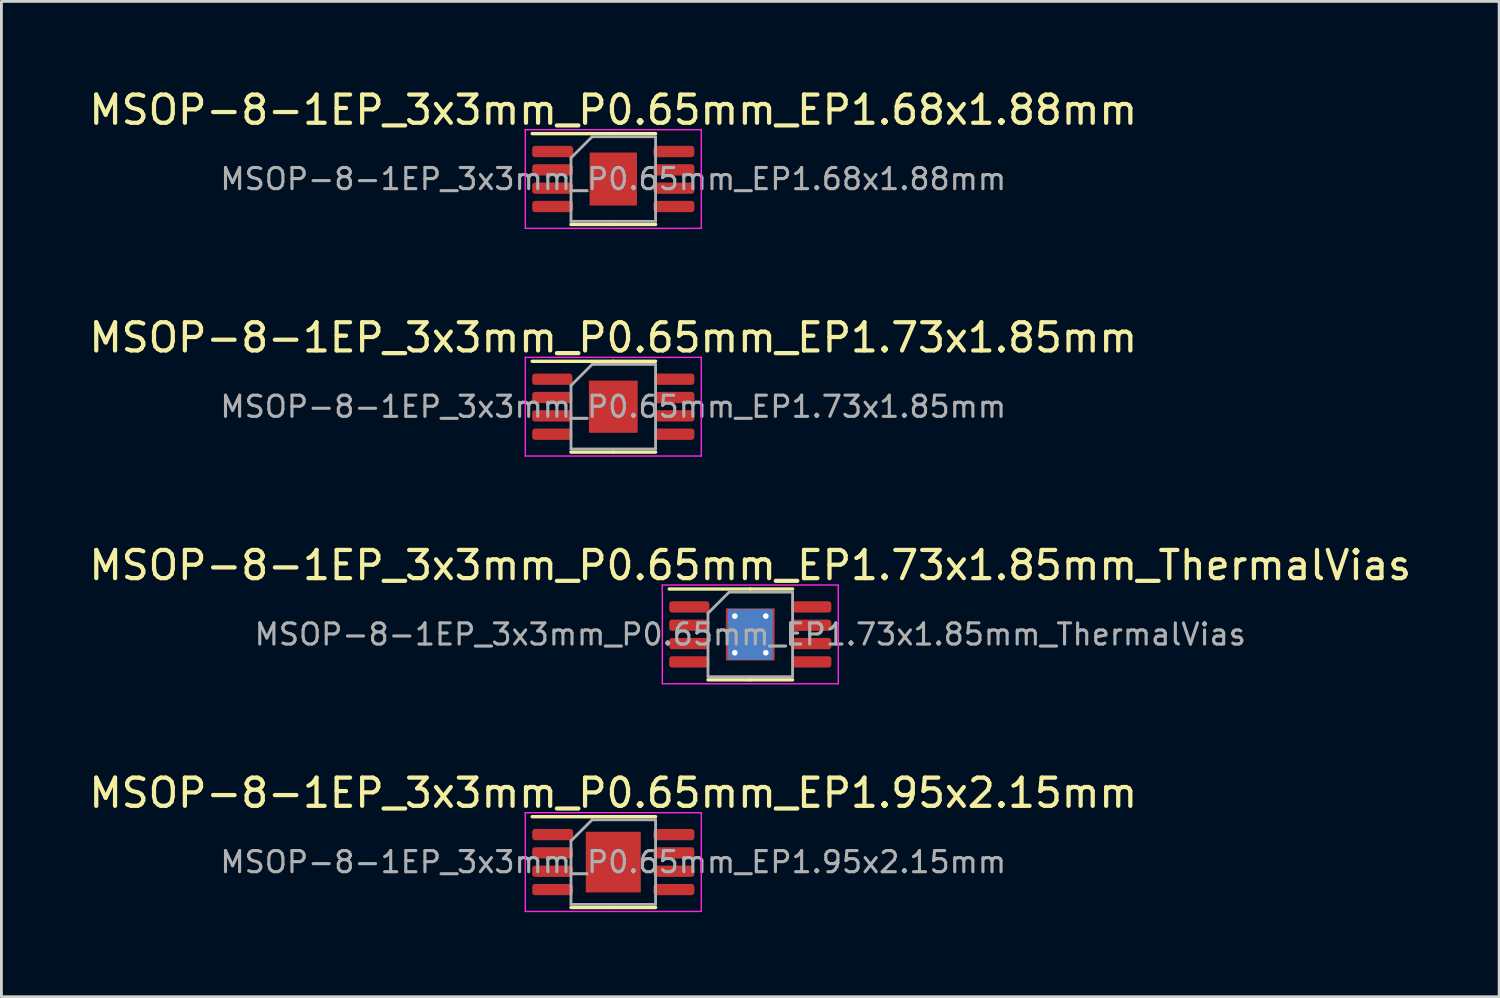
<source format=kicad_pcb>
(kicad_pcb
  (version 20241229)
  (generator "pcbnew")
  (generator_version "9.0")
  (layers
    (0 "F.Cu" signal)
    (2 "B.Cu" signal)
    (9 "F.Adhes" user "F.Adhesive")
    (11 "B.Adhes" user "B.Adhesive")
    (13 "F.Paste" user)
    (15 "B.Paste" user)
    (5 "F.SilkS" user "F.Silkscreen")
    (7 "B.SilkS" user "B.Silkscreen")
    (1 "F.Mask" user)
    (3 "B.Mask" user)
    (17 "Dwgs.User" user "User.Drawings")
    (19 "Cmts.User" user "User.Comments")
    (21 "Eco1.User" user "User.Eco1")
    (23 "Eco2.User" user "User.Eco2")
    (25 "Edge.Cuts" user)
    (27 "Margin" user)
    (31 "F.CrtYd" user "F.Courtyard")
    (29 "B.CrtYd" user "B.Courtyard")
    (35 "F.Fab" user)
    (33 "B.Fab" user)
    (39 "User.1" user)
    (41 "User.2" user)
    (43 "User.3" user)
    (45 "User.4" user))
  (footprint "MSOP-8-1EP_3x3mm_P0.65mm_EP1.73x1.85mm_ThermalVias"
    (layer "F.Cu")
    (at 23.554 19.445)
    (property "Reference" "MSOP-8-1EP_3x3mm_P0.65mm_EP1.73x1.85mm_ThermalVias" (at 0 -2.45 0) (layer "F.SilkS") (effects (font (size 1 1) (thickness 0.15))))
    (attr smd)
    (fp_line (start 0 -1.61) (end -2.875 -1.61) (stroke (width 0.12) (type solid)) (layer "F.SilkS"))
    (fp_line (start 0 -1.61) (end 1.5 -1.61) (stroke (width 0.12) (type solid)) (layer "F.SilkS"))
    (fp_line (start 0 1.61) (end -1.5 1.61) (stroke (width 0.12) (type solid)) (layer "F.SilkS"))
    (fp_line (start 0 1.61) (end 1.5 1.61) (stroke (width 0.12) (type solid)) (layer "F.SilkS"))
    (fp_line (start -3.12 -1.75) (end -3.12 1.75) (stroke (width 0.05) (type solid)) (layer "F.CrtYd"))
    (fp_line (start -3.12 1.75) (end 3.12 1.75) (stroke (width 0.05) (type solid)) (layer "F.CrtYd"))
    (fp_line (start 3.12 -1.75) (end -3.12 -1.75) (stroke (width 0.05) (type solid)) (layer "F.CrtYd"))
    (fp_line (start 3.12 1.75) (end 3.12 -1.75) (stroke (width 0.05) (type solid)) (layer "F.CrtYd"))
    (fp_line (start -1.5 -0.75) (end -0.75 -1.5) (stroke (width 0.1) (type solid)) (layer "F.Fab"))
    (fp_line (start -1.5 1.5) (end -1.5 -0.75) (stroke (width 0.1) (type solid)) (layer "F.Fab"))
    (fp_line (start -0.75 -1.5) (end 1.5 -1.5) (stroke (width 0.1) (type solid)) (layer "F.Fab"))
    (fp_line (start 1.5 -1.5) (end 1.5 1.5) (stroke (width 0.1) (type solid)) (layer "F.Fab"))
    (fp_line (start 1.5 1.5) (end -1.5 1.5) (stroke (width 0.1) (type solid)) (layer "F.Fab"))
    (fp_text user "${REFERENCE}" (at 0 0 0) (layer "F.Fab") (effects (font (size 0.75 0.75) (thickness 0.11))))
    (pad "" smd roundrect (at -0.43 -0.46) (size 0.72 0.77) (layers "F.Paste") (roundrect_rratio 0.25))
    (pad "" smd roundrect (at -0.43 0.46) (size 0.72 0.77) (layers "F.Paste") (roundrect_rratio 0.25))
    (pad "" smd roundrect (at 0.43 -0.46) (size 0.72 0.77) (layers "F.Paste") (roundrect_rratio 0.25))
    (pad "" smd roundrect (at 0.43 0.46) (size 0.72 0.77) (layers "F.Paste") (roundrect_rratio 0.25))
    (pad "1" smd roundrect (at -2.163 -0.975) (size 1.425 0.4) (layers "F.Cu" "F.Mask" "F.Paste") (roundrect_rratio 0.25))
    (pad "2" smd roundrect (at -2.163 -0.325) (size 1.425 0.4) (layers "F.Cu" "F.Mask" "F.Paste") (roundrect_rratio 0.25))
    (pad "3" smd roundrect (at -2.163 0.325) (size 1.425 0.4) (layers "F.Cu" "F.Mask" "F.Paste") (roundrect_rratio 0.25))
    (pad "4" smd roundrect (at -2.163 0.975) (size 1.425 0.4) (layers "F.Cu" "F.Mask" "F.Paste") (roundrect_rratio 0.25))
    (pad "5" smd roundrect (at 2.163 0.975) (size 1.425 0.4) (layers "F.Cu" "F.Mask" "F.Paste") (roundrect_rratio 0.25))
    (pad "6" smd roundrect (at 2.163 0.325) (size 1.425 0.4) (layers "F.Cu" "F.Mask" "F.Paste") (roundrect_rratio 0.25))
    (pad "7" smd roundrect (at 2.163 -0.325) (size 1.425 0.4) (layers "F.Cu" "F.Mask" "F.Paste") (roundrect_rratio 0.25))
    (pad "8" smd roundrect (at 2.163 -0.975) (size 1.425 0.4) (layers "F.Cu" "F.Mask" "F.Paste") (roundrect_rratio 0.25))
    (pad "9" thru_hole circle (at -0.55 -0.65) (size 0.5 0.5) (drill 0.2) (layers "*.Cu"))
    (pad "9" thru_hole circle (at -0.55 0.65) (size 0.5 0.5) (drill 0.2) (layers "*.Cu"))
    (pad "9" smd rect (at 0 0) (size 1.6 1.8) (layers "B.Cu"))
    (pad "9" smd rect (at 0 0) (size 1.73 1.85) (layers "F.Cu" "F.Mask"))
    (pad "9" thru_hole circle (at 0.55 -0.65) (size 0.5 0.5) (drill 0.2) (layers "*.Cu"))
    (pad "9" thru_hole circle (at 0.55 0.65) (size 0.5 0.5) (drill 0.2) (layers "*.Cu")))
  (footprint "MSOP-8-1EP_3x3mm_P0.65mm_EP1.73x1.85mm"
    (layer "F.Cu")
    (at 18.696 11.371)
    (property "Reference" "MSOP-8-1EP_3x3mm_P0.65mm_EP1.73x1.85mm" (at 0 -2.45 0) (layer "F.SilkS") (effects (font (size 1 1) (thickness 0.15))))
    (attr smd)
    (fp_line (start 0 -1.61) (end -2.875 -1.61) (stroke (width 0.12) (type solid)) (layer "F.SilkS"))
    (fp_line (start 0 -1.61) (end 1.5 -1.61) (stroke (width 0.12) (type solid)) (layer "F.SilkS"))
    (fp_line (start 0 1.61) (end -1.5 1.61) (stroke (width 0.12) (type solid)) (layer "F.SilkS"))
    (fp_line (start 0 1.61) (end 1.5 1.61) (stroke (width 0.12) (type solid)) (layer "F.SilkS"))
    (fp_line (start -3.12 -1.75) (end -3.12 1.75) (stroke (width 0.05) (type solid)) (layer "F.CrtYd"))
    (fp_line (start -3.12 1.75) (end 3.12 1.75) (stroke (width 0.05) (type solid)) (layer "F.CrtYd"))
    (fp_line (start 3.12 -1.75) (end -3.12 -1.75) (stroke (width 0.05) (type solid)) (layer "F.CrtYd"))
    (fp_line (start 3.12 1.75) (end 3.12 -1.75) (stroke (width 0.05) (type solid)) (layer "F.CrtYd"))
    (fp_line (start -1.5 -0.75) (end -0.75 -1.5) (stroke (width 0.1) (type solid)) (layer "F.Fab"))
    (fp_line (start -1.5 1.5) (end -1.5 -0.75) (stroke (width 0.1) (type solid)) (layer "F.Fab"))
    (fp_line (start -0.75 -1.5) (end 1.5 -1.5) (stroke (width 0.1) (type solid)) (layer "F.Fab"))
    (fp_line (start 1.5 -1.5) (end 1.5 1.5) (stroke (width 0.1) (type solid)) (layer "F.Fab"))
    (fp_line (start 1.5 1.5) (end -1.5 1.5) (stroke (width 0.1) (type solid)) (layer "F.Fab"))
    (fp_text user "${REFERENCE}" (at 0 0 0) (layer "F.Fab") (effects (font (size 0.75 0.75) (thickness 0.11))))
    (pad "" smd roundrect (at -0.43 -0.46) (size 0.7 0.75) (layers "F.Paste") (roundrect_rratio 0.25))
    (pad "" smd roundrect (at -0.43 0.46) (size 0.7 0.75) (layers "F.Paste") (roundrect_rratio 0.25))
    (pad "" smd roundrect (at 0.43 -0.46) (size 0.7 0.75) (layers "F.Paste") (roundrect_rratio 0.25))
    (pad "" smd roundrect (at 0.43 0.46) (size 0.7 0.75) (layers "F.Paste") (roundrect_rratio 0.25))
    (pad "1" smd roundrect (at -2.163 -0.975) (size 1.425 0.4) (layers "F.Cu" "F.Mask" "F.Paste") (roundrect_rratio 0.25))
    (pad "2" smd roundrect (at -2.163 -0.325) (size 1.425 0.4) (layers "F.Cu" "F.Mask" "F.Paste") (roundrect_rratio 0.25))
    (pad "3" smd roundrect (at -2.163 0.325) (size 1.425 0.4) (layers "F.Cu" "F.Mask" "F.Paste") (roundrect_rratio 0.25))
    (pad "4" smd roundrect (at -2.163 0.975) (size 1.425 0.4) (layers "F.Cu" "F.Mask" "F.Paste") (roundrect_rratio 0.25))
    (pad "5" smd roundrect (at 2.163 0.975) (size 1.425 0.4) (layers "F.Cu" "F.Mask" "F.Paste") (roundrect_rratio 0.25))
    (pad "6" smd roundrect (at 2.163 0.325) (size 1.425 0.4) (layers "F.Cu" "F.Mask" "F.Paste") (roundrect_rratio 0.25))
    (pad "7" smd roundrect (at 2.163 -0.325) (size 1.425 0.4) (layers "F.Cu" "F.Mask" "F.Paste") (roundrect_rratio 0.25))
    (pad "8" smd roundrect (at 2.163 -0.975) (size 1.425 0.4) (layers "F.Cu" "F.Mask" "F.Paste") (roundrect_rratio 0.25))
    (pad "9" smd rect (at 0 0) (size 1.73 1.85) (layers "F.Cu" "F.Mask")))
  (footprint "MSOP-8-1EP_3x3mm_P0.65mm_EP1.68x1.88mm"
    (layer "F.Cu")
    (at 18.696 3.298)
    (property "Reference" "MSOP-8-1EP_3x3mm_P0.65mm_EP1.68x1.88mm" (at 0 -2.45 0) (layer "F.SilkS") (effects (font (size 1 1) (thickness 0.15))))
    (attr smd)
    (fp_line (start 0 -1.61) (end -2.875 -1.61) (stroke (width 0.12) (type solid)) (layer "F.SilkS"))
    (fp_line (start 0 -1.61) (end 1.5 -1.61) (stroke (width 0.12) (type solid)) (layer "F.SilkS"))
    (fp_line (start 0 1.61) (end -1.5 1.61) (stroke (width 0.12) (type solid)) (layer "F.SilkS"))
    (fp_line (start 0 1.61) (end 1.5 1.61) (stroke (width 0.12) (type solid)) (layer "F.SilkS"))
    (fp_line (start -3.12 -1.75) (end -3.12 1.75) (stroke (width 0.05) (type solid)) (layer "F.CrtYd"))
    (fp_line (start -3.12 1.75) (end 3.12 1.75) (stroke (width 0.05) (type solid)) (layer "F.CrtYd"))
    (fp_line (start 3.12 -1.75) (end -3.12 -1.75) (stroke (width 0.05) (type solid)) (layer "F.CrtYd"))
    (fp_line (start 3.12 1.75) (end 3.12 -1.75) (stroke (width 0.05) (type solid)) (layer "F.CrtYd"))
    (fp_line (start -1.5 -0.75) (end -0.75 -1.5) (stroke (width 0.1) (type solid)) (layer "F.Fab"))
    (fp_line (start -1.5 1.5) (end -1.5 -0.75) (stroke (width 0.1) (type solid)) (layer "F.Fab"))
    (fp_line (start -0.75 -1.5) (end 1.5 -1.5) (stroke (width 0.1) (type solid)) (layer "F.Fab"))
    (fp_line (start 1.5 -1.5) (end 1.5 1.5) (stroke (width 0.1) (type solid)) (layer "F.Fab"))
    (fp_line (start 1.5 1.5) (end -1.5 1.5) (stroke (width 0.1) (type solid)) (layer "F.Fab"))
    (fp_text user "${REFERENCE}" (at 0 0 0) (layer "F.Fab") (effects (font (size 0.75 0.75) (thickness 0.11))))
    (pad "" smd roundrect (at -0.42 -0.47) (size 0.68 0.76) (layers "F.Paste") (roundrect_rratio 0.25))
    (pad "" smd roundrect (at -0.42 0.47) (size 0.68 0.76) (layers "F.Paste") (roundrect_rratio 0.25))
    (pad "" smd roundrect (at 0.42 -0.47) (size 0.68 0.76) (layers "F.Paste") (roundrect_rratio 0.25))
    (pad "" smd roundrect (at 0.42 0.47) (size 0.68 0.76) (layers "F.Paste") (roundrect_rratio 0.25))
    (pad "1" smd roundrect (at -2.15 -0.975) (size 1.45 0.4) (layers "F.Cu" "F.Mask" "F.Paste") (roundrect_rratio 0.25))
    (pad "2" smd roundrect (at -2.15 -0.325) (size 1.45 0.4) (layers "F.Cu" "F.Mask" "F.Paste") (roundrect_rratio 0.25))
    (pad "3" smd roundrect (at -2.15 0.325) (size 1.45 0.4) (layers "F.Cu" "F.Mask" "F.Paste") (roundrect_rratio 0.25))
    (pad "4" smd roundrect (at -2.15 0.975) (size 1.45 0.4) (layers "F.Cu" "F.Mask" "F.Paste") (roundrect_rratio 0.25))
    (pad "5" smd roundrect (at 2.15 0.975) (size 1.45 0.4) (layers "F.Cu" "F.Mask" "F.Paste") (roundrect_rratio 0.25))
    (pad "6" smd roundrect (at 2.15 0.325) (size 1.45 0.4) (layers "F.Cu" "F.Mask" "F.Paste") (roundrect_rratio 0.25))
    (pad "7" smd roundrect (at 2.15 -0.325) (size 1.45 0.4) (layers "F.Cu" "F.Mask" "F.Paste") (roundrect_rratio 0.25))
    (pad "8" smd roundrect (at 2.15 -0.975) (size 1.45 0.4) (layers "F.Cu" "F.Mask" "F.Paste") (roundrect_rratio 0.25))
    (pad "9" smd rect (at 0 0) (size 1.68 1.88) (layers "F.Cu" "F.Mask")))
  (footprint "MSOP-8-1EP_3x3mm_P0.65mm_EP1.95x2.15mm"
    (layer "F.Cu")
    (at 18.696 27.518)
    (property "Reference" "MSOP-8-1EP_3x3mm_P0.65mm_EP1.95x2.15mm" (at 0 -2.45 0) (layer "F.SilkS") (effects (font (size 1 1) (thickness 0.15))))
    (attr smd)
    (fp_line (start 0 -1.61) (end -2.875 -1.61) (stroke (width 0.12) (type solid)) (layer "F.SilkS"))
    (fp_line (start 0 -1.61) (end 1.5 -1.61) (stroke (width 0.12) (type solid)) (layer "F.SilkS"))
    (fp_line (start 0 1.61) (end -1.5 1.61) (stroke (width 0.12) (type solid)) (layer "F.SilkS"))
    (fp_line (start 0 1.61) (end 1.5 1.61) (stroke (width 0.12) (type solid)) (layer "F.SilkS"))
    (fp_line (start -3.12 -1.75) (end -3.12 1.75) (stroke (width 0.05) (type solid)) (layer "F.CrtYd"))
    (fp_line (start -3.12 1.75) (end 3.12 1.75) (stroke (width 0.05) (type solid)) (layer "F.CrtYd"))
    (fp_line (start 3.12 -1.75) (end -3.12 -1.75) (stroke (width 0.05) (type solid)) (layer "F.CrtYd"))
    (fp_line (start 3.12 1.75) (end 3.12 -1.75) (stroke (width 0.05) (type solid)) (layer "F.CrtYd"))
    (fp_line (start -1.5 -0.75) (end -0.75 -1.5) (stroke (width 0.1) (type solid)) (layer "F.Fab"))
    (fp_line (start -1.5 1.5) (end -1.5 -0.75) (stroke (width 0.1) (type solid)) (layer "F.Fab"))
    (fp_line (start -0.75 -1.5) (end 1.5 -1.5) (stroke (width 0.1) (type solid)) (layer "F.Fab"))
    (fp_line (start 1.5 -1.5) (end 1.5 1.5) (stroke (width 0.1) (type solid)) (layer "F.Fab"))
    (fp_line (start 1.5 1.5) (end -1.5 1.5) (stroke (width 0.1) (type solid)) (layer "F.Fab"))
    (fp_text user "${REFERENCE}" (at 0 0 0) (layer "F.Fab") (effects (font (size 0.75 0.75) (thickness 0.11))))
    (pad "" smd roundrect (at -0.49 -0.54) (size 0.79 0.87) (layers "F.Paste") (roundrect_rratio 0.25))
    (pad "" smd roundrect (at -0.49 0.54) (size 0.79 0.87) (layers "F.Paste") (roundrect_rratio 0.25))
    (pad "" smd roundrect (at 0.49 -0.54) (size 0.79 0.87) (layers "F.Paste") (roundrect_rratio 0.25))
    (pad "" smd roundrect (at 0.49 0.54) (size 0.79 0.87) (layers "F.Paste") (roundrect_rratio 0.25))
    (pad "1" smd roundrect (at -2.15 -0.975) (size 1.45 0.4) (layers "F.Cu" "F.Mask" "F.Paste") (roundrect_rratio 0.25))
    (pad "2" smd roundrect (at -2.15 -0.325) (size 1.45 0.4) (layers "F.Cu" "F.Mask" "F.Paste") (roundrect_rratio 0.25))
    (pad "3" smd roundrect (at -2.15 0.325) (size 1.45 0.4) (layers "F.Cu" "F.Mask" "F.Paste") (roundrect_rratio 0.25))
    (pad "4" smd roundrect (at -2.15 0.975) (size 1.45 0.4) (layers "F.Cu" "F.Mask" "F.Paste") (roundrect_rratio 0.25))
    (pad "5" smd roundrect (at 2.15 0.975) (size 1.45 0.4) (layers "F.Cu" "F.Mask" "F.Paste") (roundrect_rratio 0.25))
    (pad "6" smd roundrect (at 2.15 0.325) (size 1.45 0.4) (layers "F.Cu" "F.Mask" "F.Paste") (roundrect_rratio 0.25))
    (pad "7" smd roundrect (at 2.15 -0.325) (size 1.45 0.4) (layers "F.Cu" "F.Mask" "F.Paste") (roundrect_rratio 0.25))
    (pad "8" smd roundrect (at 2.15 -0.975) (size 1.45 0.4) (layers "F.Cu" "F.Mask" "F.Paste") (roundrect_rratio 0.25))
    (pad "9" smd rect (at 0 0) (size 1.95 2.15) (layers "F.Cu" "F.Mask")))
  (gr_rect
    (start -3 -3)
    (end 50.107 32.293)
    (stroke (width 0.1) (type default))
    (fill no)
    (layer "Edge.Cuts")))
</source>
